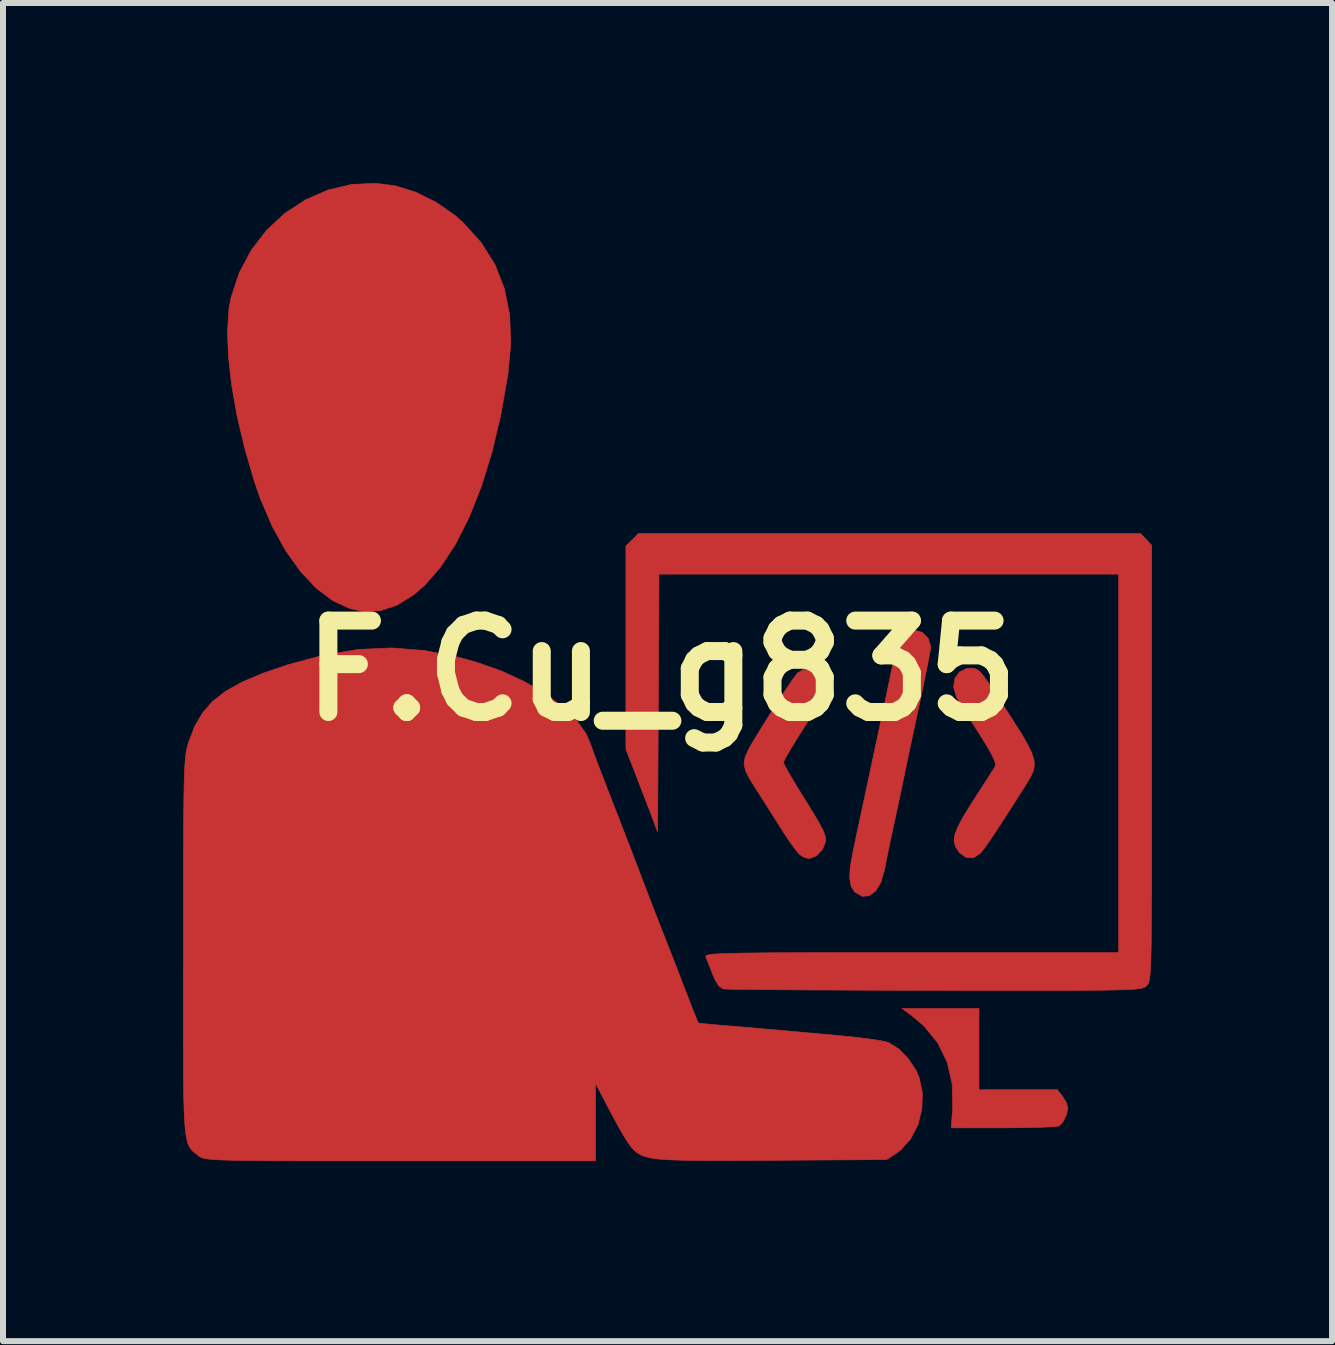
<source format=kicad_pcb>
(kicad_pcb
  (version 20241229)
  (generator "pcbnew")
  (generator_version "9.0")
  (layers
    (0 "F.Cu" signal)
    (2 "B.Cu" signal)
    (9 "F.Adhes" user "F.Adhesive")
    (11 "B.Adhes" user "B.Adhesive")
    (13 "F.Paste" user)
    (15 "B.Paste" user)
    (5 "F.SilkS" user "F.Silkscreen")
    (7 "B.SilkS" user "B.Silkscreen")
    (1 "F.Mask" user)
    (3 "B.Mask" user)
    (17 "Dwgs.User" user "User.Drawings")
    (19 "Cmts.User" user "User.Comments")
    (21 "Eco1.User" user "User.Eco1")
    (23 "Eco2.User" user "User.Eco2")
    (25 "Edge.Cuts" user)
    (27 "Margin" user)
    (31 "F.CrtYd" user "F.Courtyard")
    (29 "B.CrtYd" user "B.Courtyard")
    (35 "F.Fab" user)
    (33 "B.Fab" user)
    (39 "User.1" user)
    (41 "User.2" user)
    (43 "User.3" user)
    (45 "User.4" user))
  (footprint "F.Cu_g835"
    (layer "F.Cu")
    (at 7.975 8.128)
    (property "Reference" "F.Cu_g835" (at 0 0 0) (layer "F.SilkS") (effects (font (size 1.524 1.524) (thickness 0.3))))
    (attr through_hole)
    (fp_poly (pts (xy 5.292 6.985) (xy 6.598 6.985) (xy 6.686 7.097) (xy 6.747 7.198) (xy 6.773 7.288) (xy 6.773 7.29) (xy 6.749 7.406) (xy 6.689 7.523) (xy 6.629 7.588) (xy 6.575 7.597) (xy 6.449 7.605) (xy 6.265 7.612) (xy 6.036 7.617) (xy 5.776 7.619) (xy 5.706 7.619) (xy 4.829 7.62) (xy 4.853 7.292) (xy 4.846 6.893) (xy 4.763 6.53) (xy 4.606 6.206) (xy 4.374 5.921) (xy 4.174 5.752) (xy 4.009 5.63) (xy 5.292 5.63) (xy 5.292 6.985)) (stroke (width 0.01) (type solid)) (fill yes) (layer "F.Cu"))
    (fp_poly (pts (xy -4.437 -8.082) (xy -4.097 -7.976) (xy -3.755 -7.806) (xy -3.438 -7.585) (xy -3.311 -7.473) (xy -3.007 -7.137) (xy -2.776 -6.77) (xy -2.618 -6.368) (xy -2.53 -5.927) (xy -2.513 -5.444) (xy -2.558 -4.953) (xy -2.674 -4.281) (xy -2.822 -3.655) (xy -2.998 -3.082) (xy -3.201 -2.567) (xy -3.429 -2.115) (xy -3.678 -1.732) (xy -3.946 -1.423) (xy -4.129 -1.265) (xy -4.412 -1.09) (xy -4.693 -0.998) (xy -4.975 -0.988) (xy -5.193 -1.035) (xy -5.478 -1.166) (xy -5.755 -1.375) (xy -6.019 -1.657) (xy -6.266 -2.004) (xy -6.49 -2.411) (xy -6.687 -2.871) (xy -6.792 -3.175) (xy -6.95 -3.721) (xy -7.075 -4.253) (xy -7.164 -4.759) (xy -7.217 -5.229) (xy -7.233 -5.653) (xy -7.21 -6.02) (xy -7.175 -6.215) (xy -7.037 -6.633) (xy -6.836 -7.01) (xy -6.579 -7.343) (xy -6.276 -7.624) (xy -5.933 -7.848) (xy -5.561 -8.01) (xy -5.168 -8.104) (xy -4.761 -8.123) (xy -4.437 -8.082)) (stroke (width 0.01) (type solid)) (fill yes) (layer "F.Cu"))
    (fp_poly (pts (xy 4.345 -0.639) (xy 4.445 -0.541) (xy 4.487 -0.404) (xy 4.487 -0.393) (xy 4.478 -0.331) (xy 4.454 -0.199) (xy 4.417 -0.011) (xy 4.37 0.22) (xy 4.315 0.48) (xy 4.295 0.572) (xy 4.234 0.857) (xy 4.175 1.134) (xy 4.121 1.385) (xy 4.078 1.592) (xy 4.047 1.738) (xy 4.044 1.757) (xy 4.01 1.922) (xy 3.964 2.139) (xy 3.913 2.376) (xy 3.873 2.561) (xy 3.825 2.787) (xy 3.778 3.01) (xy 3.739 3.203) (xy 3.717 3.32) (xy 3.658 3.524) (xy 3.571 3.67) (xy 3.465 3.751) (xy 3.347 3.761) (xy 3.229 3.694) (xy 3.217 3.683) (xy 3.159 3.588) (xy 3.136 3.45) (xy 3.148 3.258) (xy 3.194 3.006) (xy 3.234 2.818) (xy 3.288 2.566) (xy 3.352 2.265) (xy 3.424 1.93) (xy 3.499 1.576) (xy 3.575 1.221) (xy 3.648 0.878) (xy 3.715 0.564) (xy 3.772 0.293) (xy 3.816 0.083) (xy 3.832 0.006) (xy 3.89 -0.252) (xy 3.943 -0.438) (xy 3.997 -0.562) (xy 4.059 -0.636) (xy 4.134 -0.67) (xy 4.208 -0.677) (xy 4.345 -0.639)) (stroke (width 0.01) (type solid)) (fill yes) (layer "F.Cu"))
    (fp_poly (pts (xy 2.619 0.025) (xy 2.71 0.122) (xy 2.751 0.252) (xy 2.752 0.27) (xy 2.73 0.336) (xy 2.669 0.457) (xy 2.577 0.62) (xy 2.462 0.81) (xy 2.392 0.921) (xy 2.269 1.116) (xy 2.164 1.288) (xy 2.085 1.423) (xy 2.04 1.508) (xy 2.032 1.53) (xy 2.054 1.58) (xy 2.113 1.688) (xy 2.203 1.841) (xy 2.315 2.026) (xy 2.395 2.153) (xy 2.534 2.378) (xy 2.632 2.544) (xy 2.695 2.665) (xy 2.728 2.752) (xy 2.737 2.819) (xy 2.733 2.857) (xy 2.678 2.988) (xy 2.58 3.088) (xy 2.466 3.132) (xy 2.455 3.133) (xy 2.367 3.106) (xy 2.297 3.059) (xy 2.239 2.991) (xy 2.152 2.872) (xy 2.049 2.719) (xy 1.989 2.625) (xy 1.866 2.429) (xy 1.734 2.221) (xy 1.616 2.036) (xy 1.583 1.985) (xy 1.467 1.799) (xy 1.398 1.661) (xy 1.375 1.545) (xy 1.397 1.429) (xy 1.463 1.29) (xy 1.543 1.154) (xy 1.681 0.927) (xy 1.824 0.698) (xy 1.962 0.482) (xy 2.087 0.292) (xy 2.189 0.143) (xy 2.259 0.049) (xy 2.269 0.037) (xy 2.377 -0.028) (xy 2.5 -0.029) (xy 2.619 0.025)) (stroke (width 0.01) (type solid)) (fill yes) (layer "F.Cu"))
    (fp_poly (pts (xy 5.205 -0.039) (xy 5.255 -0.023) (xy 5.308 0.018) (xy 5.372 0.093) (xy 5.457 0.213) (xy 5.573 0.388) (xy 5.645 0.497) (xy 5.837 0.794) (xy 5.986 1.029) (xy 6.096 1.215) (xy 6.168 1.362) (xy 6.207 1.481) (xy 6.215 1.582) (xy 6.195 1.676) (xy 6.15 1.774) (xy 6.083 1.886) (xy 6.047 1.943) (xy 5.822 2.297) (xy 5.638 2.582) (xy 5.495 2.798) (xy 5.391 2.948) (xy 5.323 3.035) (xy 5.321 3.037) (xy 5.203 3.119) (xy 5.081 3.117) (xy 4.967 3.034) (xy 4.956 3.021) (xy 4.9 2.933) (xy 4.875 2.843) (xy 4.887 2.737) (xy 4.939 2.604) (xy 5.033 2.429) (xy 5.174 2.201) (xy 5.191 2.175) (xy 5.311 1.988) (xy 5.418 1.822) (xy 5.501 1.692) (xy 5.551 1.614) (xy 5.558 1.603) (xy 5.567 1.56) (xy 5.549 1.491) (xy 5.497 1.385) (xy 5.408 1.231) (xy 5.283 1.031) (xy 5.163 0.841) (xy 5.056 0.67) (xy 4.973 0.534) (xy 4.922 0.449) (xy 4.916 0.437) (xy 4.869 0.277) (xy 4.888 0.133) (xy 4.965 0.022) (xy 5.089 -0.037) (xy 5.147 -0.042) (xy 5.205 -0.039)) (stroke (width 0.01) (type solid)) (fill yes) (layer "F.Cu"))
    (fp_poly (pts (xy 7.986 -2.286) (xy 8.17 -2.09) (xy 8.17 1.537) (xy 8.17 2.175) (xy 8.17 2.733) (xy 8.17 3.217) (xy 8.169 3.633) (xy 8.167 3.986) (xy 8.165 4.282) (xy 8.163 4.525) (xy 8.159 4.721) (xy 8.154 4.875) (xy 8.148 4.994) (xy 8.141 5.082) (xy 8.133 5.145) (xy 8.123 5.188) (xy 8.111 5.217) (xy 8.097 5.237) (xy 8.086 5.249) (xy 8.069 5.265) (xy 8.047 5.278) (xy 8.015 5.289) (xy 7.967 5.299) (xy 7.898 5.307) (xy 7.801 5.314) (xy 7.672 5.319) (xy 7.505 5.323) (xy 7.294 5.326) (xy 7.034 5.328) (xy 6.719 5.33) (xy 6.344 5.33) (xy 5.903 5.33) (xy 5.39 5.33) (xy 4.8 5.329) (xy 4.561 5.328) (xy 4.027 5.327) (xy 3.517 5.326) (xy 3.035 5.324) (xy 2.59 5.322) (xy 2.188 5.32) (xy 1.835 5.317) (xy 1.538 5.314) (xy 1.303 5.312) (xy 1.137 5.309) (xy 1.046 5.306) (xy 1.032 5.305) (xy 0.957 5.257) (xy 0.885 5.138) (xy 0.856 5.067) (xy 0.802 4.93) (xy 0.758 4.817) (xy 0.74 4.773) (xy 0.738 4.76) (xy 0.747 4.748) (xy 0.773 4.738) (xy 0.82 4.729) (xy 0.894 4.722) (xy 1.001 4.716) (xy 1.145 4.711) (xy 1.332 4.708) (xy 1.568 4.705) (xy 1.857 4.702) (xy 2.205 4.701) (xy 2.618 4.7) (xy 3.1 4.699) (xy 3.658 4.699) (xy 4.165 4.699) (xy 7.62 4.699) (xy 7.62 -1.609) (xy -0.042 -1.609) (xy -0.053 0.54) (xy -0.064 2.688) (xy -0.143 2.477) (xy -0.191 2.35) (xy -0.26 2.171) (xy -0.34 1.964) (xy -0.408 1.787) (xy -0.593 1.31) (xy -0.593 -2.078) (xy -0.489 -2.182) (xy -0.385 -2.286) (xy 3.801 -2.286) (xy 7.986 -2.286)) (stroke (width 0.01) (type solid)) (fill yes) (layer "F.Cu"))
    (fp_poly (pts (xy -3.951 -0.336) (xy -3.387 -0.225) (xy -3.09 -0.143) (xy -2.671 0.004) (xy -2.286 0.181) (xy -1.942 0.38) (xy -1.65 0.597) (xy -1.417 0.824) (xy -1.255 1.054) (xy -1.189 1.206) (xy -1.161 1.286) (xy -1.108 1.43) (xy -1.036 1.621) (xy -0.95 1.845) (xy -0.869 2.053) (xy -0.756 2.344) (xy -0.632 2.665) (xy -0.508 2.985) (xy -0.398 3.272) (xy -0.355 3.387) (xy -0.254 3.65) (xy -0.145 3.933) (xy -0.04 4.204) (xy 0.05 4.433) (xy 0.063 4.466) (xy 0.15 4.687) (xy 0.239 4.915) (xy 0.317 5.118) (xy 0.359 5.228) (xy 0.51 5.617) (xy 0.613 5.871) (xy 0.654 5.878) (xy 0.763 5.889) (xy 0.925 5.904) (xy 1.125 5.921) (xy 1.165 5.924) (xy 1.395 5.943) (xy 1.614 5.962) (xy 1.8 5.978) (xy 1.925 5.989) (xy 1.926 5.989) (xy 2.038 5.999) (xy 2.216 6.015) (xy 2.441 6.036) (xy 2.694 6.058) (xy 2.896 6.076) (xy 3.15 6.101) (xy 3.383 6.128) (xy 3.579 6.155) (xy 3.72 6.18) (xy 3.785 6.198) (xy 3.955 6.305) (xy 4.116 6.47) (xy 4.246 6.667) (xy 4.294 6.778) (xy 4.349 7.037) (xy 4.34 7.308) (xy 4.273 7.571) (xy 4.153 7.804) (xy 3.987 7.989) (xy 3.929 8.033) (xy 3.753 8.149) (xy 1.845 8.161) (xy 1.365 8.164) (xy 0.961 8.165) (xy 0.628 8.164) (xy 0.356 8.16) (xy 0.138 8.153) (xy -0.033 8.141) (xy -0.165 8.124) (xy -0.266 8.101) (xy -0.343 8.072) (xy -0.404 8.035) (xy -0.456 7.991) (xy -0.502 7.944) (xy -0.556 7.87) (xy -0.637 7.739) (xy -0.735 7.568) (xy -0.839 7.376) (xy -0.846 7.363) (xy -1.099 6.879) (xy -1.1 7.525) (xy -1.101 8.17) (xy -4.355 8.17) (xy -4.956 8.17) (xy -5.479 8.17) (xy -5.928 8.17) (xy -6.311 8.169) (xy -6.631 8.167) (xy -6.896 8.165) (xy -7.111 8.161) (xy -7.281 8.157) (xy -7.413 8.151) (xy -7.512 8.144) (xy -7.584 8.136) (xy -7.635 8.126) (xy -7.671 8.114) (xy -7.697 8.1) (xy -7.719 8.084) (xy -7.721 8.082) (xy -7.767 8.046) (xy -7.807 8.013) (xy -7.842 7.978) (xy -7.871 7.933) (xy -7.896 7.873) (xy -7.916 7.792) (xy -7.933 7.685) (xy -7.945 7.546) (xy -7.955 7.369) (xy -7.962 7.147) (xy -7.966 6.876) (xy -7.969 6.549) (xy -7.97 6.161) (xy -7.97 5.705) (xy -7.97 5.176) (xy -7.969 4.593) (xy -7.969 4.003) (xy -7.968 3.491) (xy -7.967 3.051) (xy -7.965 2.677) (xy -7.963 2.363) (xy -7.96 2.103) (xy -7.956 1.89) (xy -7.951 1.718) (xy -7.944 1.582) (xy -7.936 1.474) (xy -7.927 1.389) (xy -7.915 1.321) (xy -7.902 1.263) (xy -7.887 1.208) (xy -7.879 1.184) (xy -7.778 0.923) (xy -7.647 0.701) (xy -7.477 0.508) (xy -7.259 0.339) (xy -6.983 0.186) (xy -6.641 0.042) (xy -6.224 -0.1) (xy -6.222 -0.101) (xy -5.62 -0.262) (xy -5.051 -0.354) (xy -4.5 -0.379) (xy -3.951 -0.336)) (stroke (width 0.01) (type solid)) (fill yes) (layer "F.Cu")))
  (gr_rect
    (start -3 -3)
    (end 19.151 19.303)
    (stroke (width 0.1) (type default))
    (fill no)
    (layer "Edge.Cuts")))
</source>
